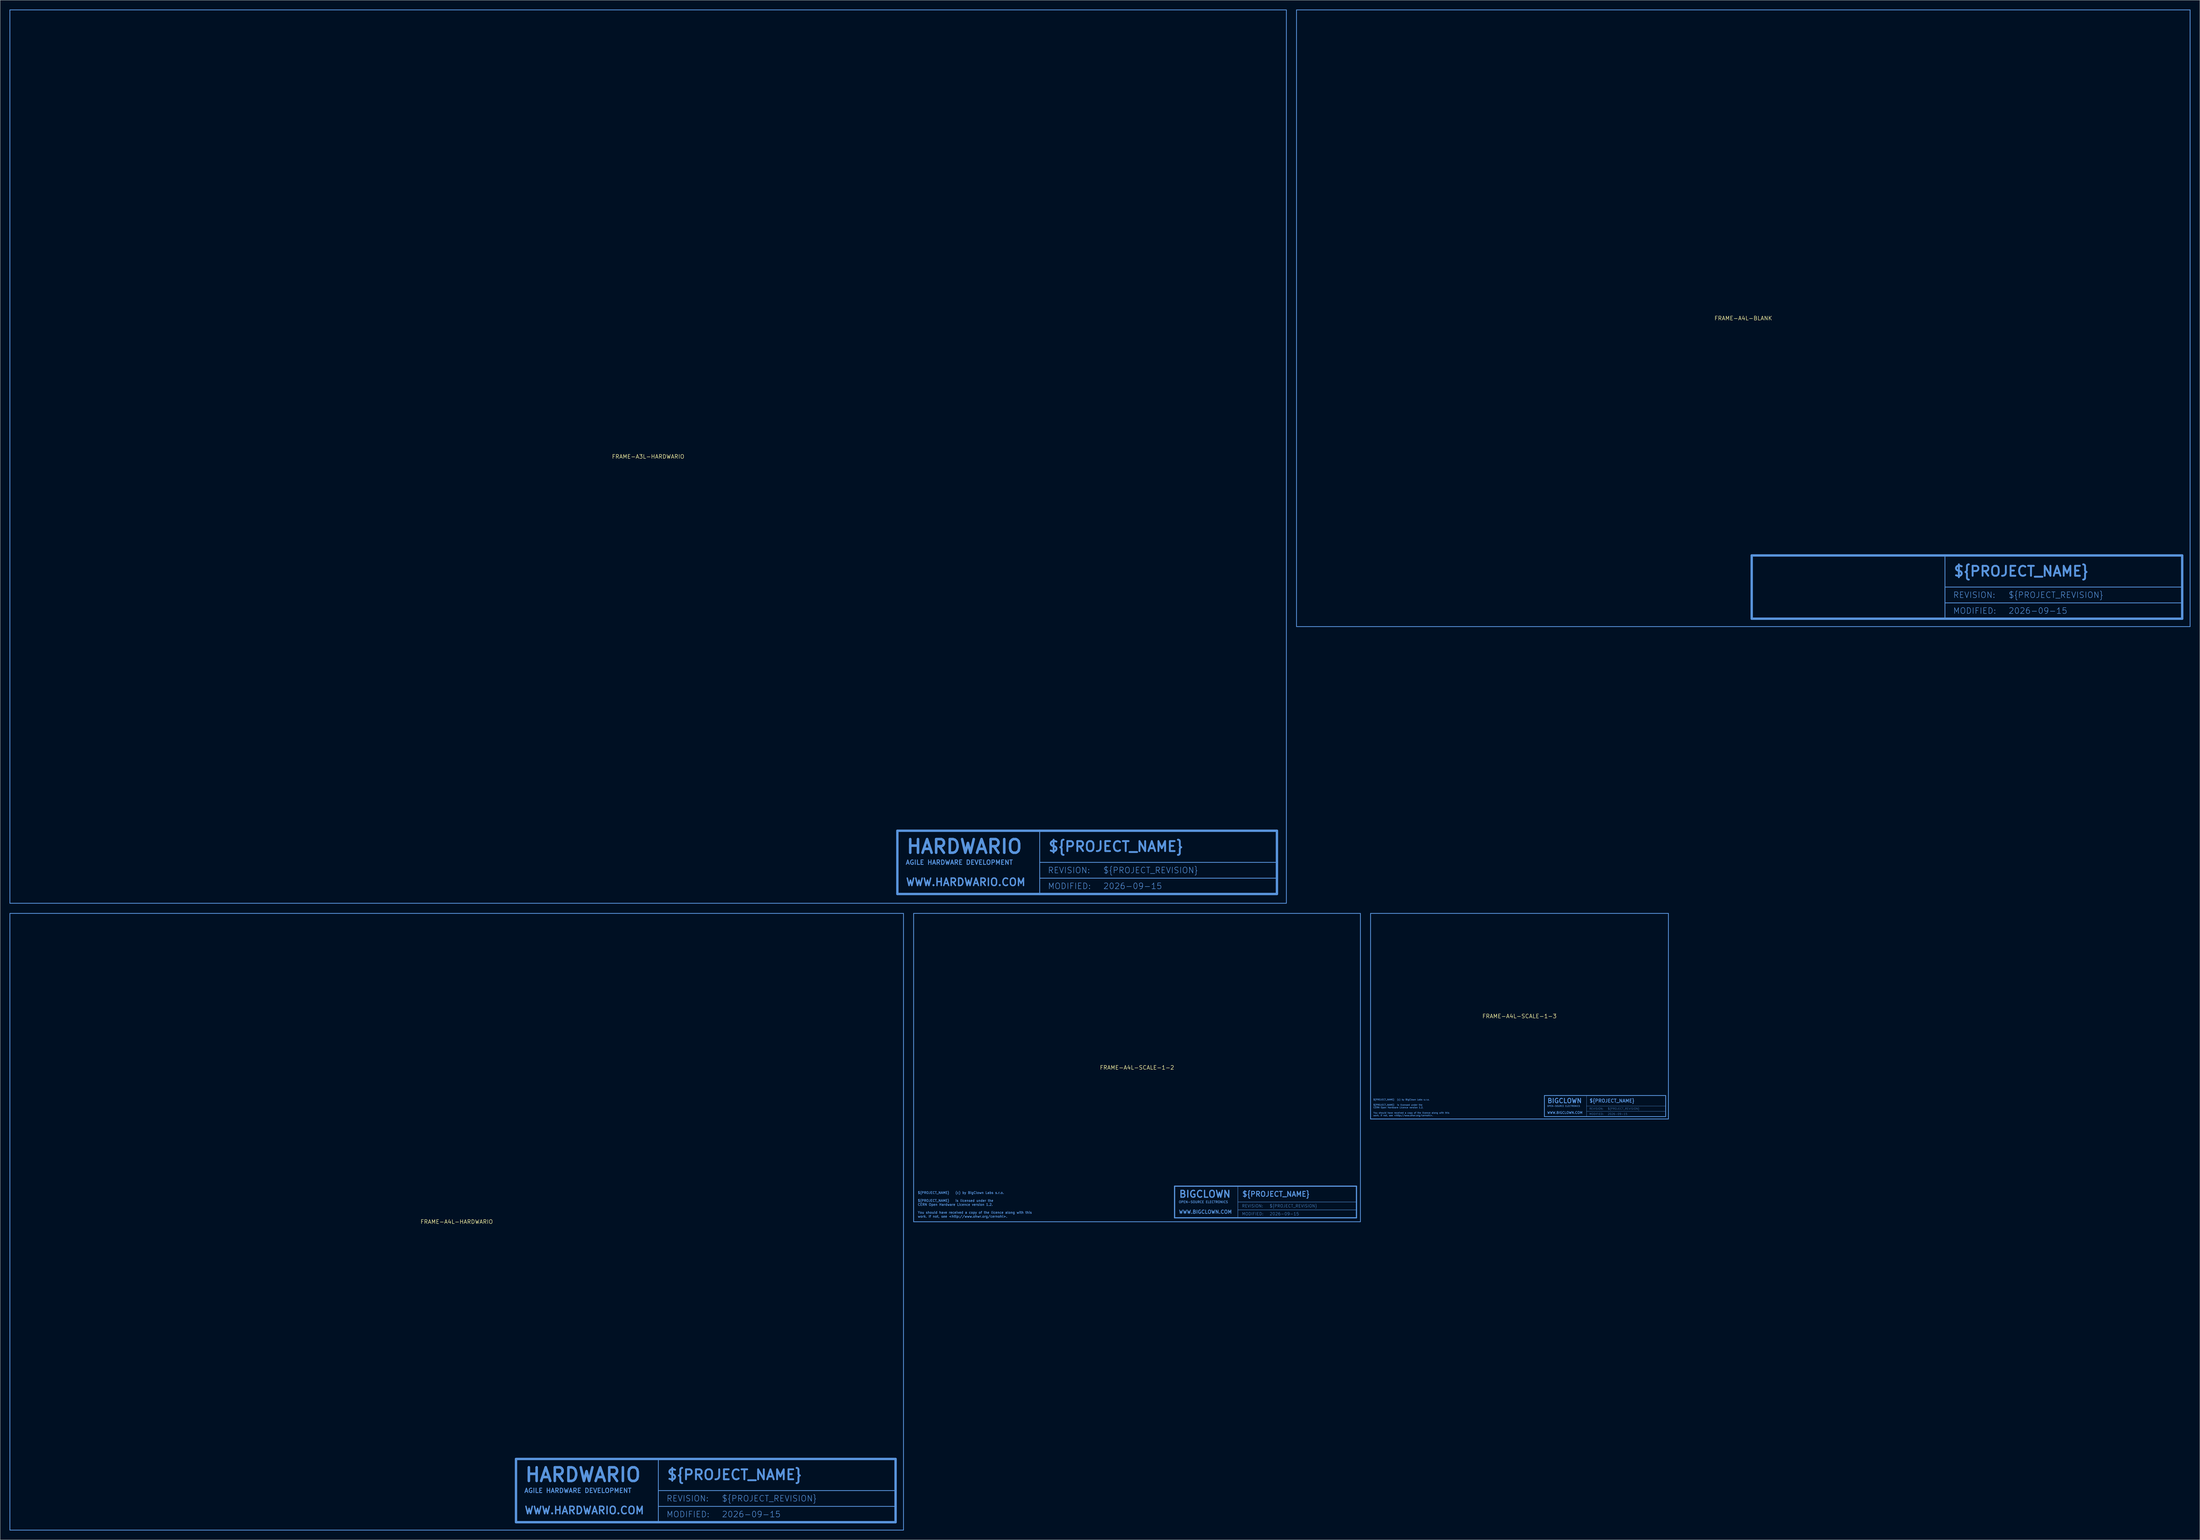
<source format=kicad_pcb>
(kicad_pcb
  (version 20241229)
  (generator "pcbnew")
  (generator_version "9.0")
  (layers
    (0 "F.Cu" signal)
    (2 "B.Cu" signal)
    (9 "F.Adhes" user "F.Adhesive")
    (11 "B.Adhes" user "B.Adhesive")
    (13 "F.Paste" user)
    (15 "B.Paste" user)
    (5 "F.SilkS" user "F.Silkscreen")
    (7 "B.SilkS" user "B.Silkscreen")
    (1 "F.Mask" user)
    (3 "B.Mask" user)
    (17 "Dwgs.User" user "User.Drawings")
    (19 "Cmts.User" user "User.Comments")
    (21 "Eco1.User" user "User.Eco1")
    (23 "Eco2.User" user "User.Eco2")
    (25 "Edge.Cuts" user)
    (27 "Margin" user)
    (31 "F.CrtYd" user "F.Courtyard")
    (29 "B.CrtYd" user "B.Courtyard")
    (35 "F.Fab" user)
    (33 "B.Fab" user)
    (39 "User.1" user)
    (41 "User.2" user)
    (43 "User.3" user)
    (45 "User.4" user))
  (footprint "FRAME-A4L-SCALE-1-2"
    (layer "F.Cu")
    (at 362.156 339.911)
    (property "Reference" "FRAME-A4L-SCALE-1-2" (at 0 0 0) (unlocked yes) (layer "F.SilkS") (effects (font (size 1.27 1.27) (thickness 0.15))))
    (fp_line (start -71.755 -49.53) (end -71.755 49.53) (stroke (width 0.254) (type solid)) (layer "Cmts.User"))
    (fp_line (start -71.755 49.53) (end 71.755 49.53) (stroke (width 0.254) (type solid)) (layer "Cmts.User"))
    (fp_line (start 12.065 38.1) (end 32.385 38.1) (stroke (width 0.381) (type solid)) (layer "Cmts.User"))
    (fp_line (start 12.065 48.26) (end 12.065 38.1) (stroke (width 0.381) (type solid)) (layer "Cmts.User"))
    (fp_line (start 12.065 48.26) (end 32.385 48.26) (stroke (width 0.381) (type solid)) (layer "Cmts.User"))
    (fp_line (start 32.385 38.1) (end 32.385 43.18) (stroke (width 0.127) (type solid)) (layer "Cmts.User"))
    (fp_line (start 32.385 38.1) (end 70.485 38.1) (stroke (width 0.381) (type solid)) (layer "Cmts.User"))
    (fp_line (start 32.385 43.18) (end 32.385 45.72) (stroke (width 0.127) (type solid)) (layer "Cmts.User"))
    (fp_line (start 32.385 43.18) (end 70.485 43.18) (stroke (width 0.127) (type solid)) (layer "Cmts.User"))
    (fp_line (start 32.385 45.72) (end 32.385 48.26) (stroke (width 0.127) (type solid)) (layer "Cmts.User"))
    (fp_line (start 32.385 45.72) (end 70.485 45.72) (stroke (width 0.127) (type solid)) (layer "Cmts.User"))
    (fp_line (start 32.385 48.26) (end 70.485 48.26) (stroke (width 0.381) (type solid)) (layer "Cmts.User"))
    (fp_line (start 70.485 43.18) (end 70.485 38.1) (stroke (width 0.381) (type solid)) (layer "Cmts.User"))
    (fp_line (start 70.485 45.72) (end 70.485 43.18) (stroke (width 0.381) (type solid)) (layer "Cmts.User"))
    (fp_line (start 70.485 48.26) (end 70.485 45.72) (stroke (width 0.381) (type solid)) (layer "Cmts.User"))
    (fp_line (start 71.755 -49.53) (end -71.755 -49.53) (stroke (width 0.254) (type solid)) (layer "Cmts.User"))
    (fp_line (start 71.755 49.53) (end 71.755 -49.53) (stroke (width 0.254) (type solid)) (layer "Cmts.User"))
    (fp_text user "(c) by BigClown Labs s.r.o." (at -58.42 40.64 0) (layer "Cmts.User") (effects (font (size 0.747 0.747) (thickness 0.142)) (justify left bottom)))
    (fp_text user "${PROJECT_NAME}" (at -70.485 43.18 0) (layer "Cmts.User") (effects (font (size 0.747 0.747) (thickness 0.142)) (justify left bottom)))
    (fp_text user "You should have received a copy of the licence along with this" (at -70.485 46.99 0) (layer "Cmts.User") (effects (font (size 0.747 0.747) (thickness 0.142)) (justify left bottom)))
    (fp_text user "REVISION:" (at 33.655 44.45 0) (layer "Cmts.User") (effects (font (size 0.935 0.935) (thickness 0.081)) (justify left)))
    (fp_text user "MODIFIED:" (at 33.655 46.99 0) (layer "Cmts.User") (effects (font (size 0.935 0.935) (thickness 0.081)) (justify left)))
    (fp_text user "${CURRENT_DATE}" (at 42.545 46.99 0) (layer "Cmts.User") (effects (font (size 0.935 0.935) (thickness 0.081)) (justify left)))
    (fp_text user "${PROJECT_REVISION}" (at 42.545 44.45 0) (layer "Cmts.User") (effects (font (size 0.935 0.935) (thickness 0.081)) (justify left)))
    (fp_text user "is licensed under the" (at -58.42 43.18 0) (layer "Cmts.User") (effects (font (size 0.747 0.747) (thickness 0.142)) (justify left bottom)))
    (fp_text user "${PROJECT_NAME}" (at -70.485 40.64 0) (layer "Cmts.User") (effects (font (size 0.747 0.747) (thickness 0.142)) (justify left bottom)))
    (fp_text user "CERN Open Hardware Licence version 1.2." (at -70.485 44.45 0) (layer "Cmts.User") (effects (font (size 0.747 0.747) (thickness 0.142)) (justify left bottom)))
    (fp_text user "${PROJECT_NAME}" (at 33.655 40.64 0) (layer "Cmts.User") (effects (font (size 1.6 1.6) (thickness 0.305)) (justify left)))
    (fp_text user "WWW.BIGCLOWN.COM" (at 13.335 46.355 0) (layer "Cmts.User") (effects (font (size 1.123 1.123) (thickness 0.214)) (justify left)))
    (fp_text user "BIGCLOWN" (at 13.335 40.64 0) (layer "Cmts.User") (effects (font (size 2.177 2.177) (thickness 0.415)) (justify left)))
    (fp_text user "OPEN-SOURCE ELECTRONICS" (at 13.335 43.18 0) (layer "Cmts.User") (effects (font (size 0.722 0.722) (thickness 0.138)) (justify left)))
    (fp_text user "work. If not, see <http://www.ohwr.org/cernohl>." (at -70.485 48.26 0) (layer "Cmts.User") (effects (font (size 0.747 0.747) (thickness 0.142)) (justify left bottom))))
  (footprint "FRAME-A3L-HARDWARIO"
    (layer "F.Cu")
    (at 205.127 143.627)
    (property "Reference" "FRAME-A3L-HARDWARIO" (at 0 0 0) (unlocked yes) (layer "F.SilkS") (effects (font (size 1.27 1.27) (thickness 0.15))))
    (fp_line (start -205 -143.5) (end -205 143.5) (stroke (width 0.254) (type solid)) (layer "Cmts.User"))
    (fp_line (start -205 143.5) (end 205 143.5) (stroke (width 0.254) (type solid)) (layer "Cmts.User"))
    (fp_line (start 80.05 120.2) (end 125.77 120.2) (stroke (width 0.762) (type solid)) (layer "Cmts.User"))
    (fp_line (start 80.05 140.52) (end 80.05 120.2) (stroke (width 0.762) (type solid)) (layer "Cmts.User"))
    (fp_line (start 80.05 140.52) (end 125.77 140.52) (stroke (width 0.762) (type solid)) (layer "Cmts.User"))
    (fp_line (start 125.77 120.2) (end 125.77 130.36) (stroke (width 0.254) (type solid)) (layer "Cmts.User"))
    (fp_line (start 125.77 120.2) (end 201.97 120.2) (stroke (width 0.762) (type solid)) (layer "Cmts.User"))
    (fp_line (start 125.77 130.36) (end 125.77 135.44) (stroke (width 0.254) (type solid)) (layer "Cmts.User"))
    (fp_line (start 125.77 130.36) (end 201.97 130.36) (stroke (width 0.254) (type solid)) (layer "Cmts.User"))
    (fp_line (start 125.77 135.44) (end 125.77 140.52) (stroke (width 0.254) (type solid)) (layer "Cmts.User"))
    (fp_line (start 125.77 135.44) (end 201.97 135.44) (stroke (width 0.254) (type solid)) (layer "Cmts.User"))
    (fp_line (start 125.77 140.52) (end 201.97 140.52) (stroke (width 0.762) (type solid)) (layer "Cmts.User"))
    (fp_line (start 201.97 130.36) (end 201.97 120.2) (stroke (width 0.762) (type solid)) (layer "Cmts.User"))
    (fp_line (start 201.97 135.44) (end 201.97 130.36) (stroke (width 0.762) (type solid)) (layer "Cmts.User"))
    (fp_line (start 201.97 140.52) (end 201.97 135.44) (stroke (width 0.762) (type solid)) (layer "Cmts.User"))
    (fp_line (start 205 -143.5) (end -205 -143.5) (stroke (width 0.254) (type solid)) (layer "Cmts.User"))
    (fp_line (start 205 143.5) (end 205 -143.5) (stroke (width 0.254) (type solid)) (layer "Cmts.User"))
    (fp_text user "WWW.HARDWARIO.COM" (at 82.59 136.71 0) (layer "Cmts.User") (effects (font (size 2.39 2.39) (thickness 0.455)) (justify left)))
    (fp_text user "${PROJECT_REVISION}" (at 146.09 132.9 0) (layer "Cmts.User") (effects (font (size 1.869 1.869) (thickness 0.163)) (justify left)))
    (fp_text user "HARDWARIO" (at 82.59 125.28 0) (layer "Cmts.User") (effects (font (size 4.374 4.374) (thickness 0.833)) (justify left)))
    (fp_text user "${PROJECT_NAME}" (at 128.31 125.28 0) (layer "Cmts.User") (effects (font (size 3.2 3.2) (thickness 0.61)) (justify left)))
    (fp_text user "${CURRENT_DATE}" (at 146.09 137.98 0) (layer "Cmts.User") (effects (font (size 1.869 1.869) (thickness 0.163)) (justify left)))
    (fp_text user "REVISION:" (at 128.31 132.9 0) (layer "Cmts.User") (effects (font (size 1.869 1.869) (thickness 0.163)) (justify left)))
    (fp_text user "MODIFIED:" (at 128.31 137.98 0) (layer "Cmts.User") (effects (font (size 1.869 1.869) (thickness 0.163)) (justify left)))
    (fp_text user "AGILE HARDWARE DEVELOPMENT" (at 82.59 130.36 0) (layer "Cmts.User") (effects (font (size 1.445 1.445) (thickness 0.275)) (justify left))))
  (footprint "FRAME-A4L-HARDWARIO"
    (layer "F.Cu")
    (at 143.637 389.441)
    (property "Reference" "FRAME-A4L-HARDWARIO" (at 0 0 0) (unlocked yes) (layer "F.SilkS") (effects (font (size 1.27 1.27) (thickness 0.15))))
    (fp_line (start -143.51 -99.06) (end -143.51 99.06) (stroke (width 0.254) (type solid)) (layer "Cmts.User"))
    (fp_line (start -143.51 99.06) (end 143.51 99.06) (stroke (width 0.254) (type solid)) (layer "Cmts.User"))
    (fp_line (start 19.05 76.2) (end 64.77 76.2) (stroke (width 0.762) (type solid)) (layer "Cmts.User"))
    (fp_line (start 19.05 96.52) (end 19.05 76.2) (stroke (width 0.762) (type solid)) (layer "Cmts.User"))
    (fp_line (start 19.05 96.52) (end 64.77 96.52) (stroke (width 0.762) (type solid)) (layer "Cmts.User"))
    (fp_line (start 64.77 76.2) (end 64.77 86.36) (stroke (width 0.254) (type solid)) (layer "Cmts.User"))
    (fp_line (start 64.77 76.2) (end 140.97 76.2) (stroke (width 0.762) (type solid)) (layer "Cmts.User"))
    (fp_line (start 64.77 86.36) (end 64.77 91.44) (stroke (width 0.254) (type solid)) (layer "Cmts.User"))
    (fp_line (start 64.77 86.36) (end 140.97 86.36) (stroke (width 0.254) (type solid)) (layer "Cmts.User"))
    (fp_line (start 64.77 91.44) (end 64.77 96.52) (stroke (width 0.254) (type solid)) (layer "Cmts.User"))
    (fp_line (start 64.77 91.44) (end 140.97 91.44) (stroke (width 0.254) (type solid)) (layer "Cmts.User"))
    (fp_line (start 64.77 96.52) (end 140.97 96.52) (stroke (width 0.762) (type solid)) (layer "Cmts.User"))
    (fp_line (start 140.97 86.36) (end 140.97 76.2) (stroke (width 0.762) (type solid)) (layer "Cmts.User"))
    (fp_line (start 140.97 91.44) (end 140.97 86.36) (stroke (width 0.762) (type solid)) (layer "Cmts.User"))
    (fp_line (start 140.97 96.52) (end 140.97 91.44) (stroke (width 0.762) (type solid)) (layer "Cmts.User"))
    (fp_line (start 143.51 -99.06) (end -143.51 -99.06) (stroke (width 0.254) (type solid)) (layer "Cmts.User"))
    (fp_line (start 143.51 99.06) (end 143.51 -99.06) (stroke (width 0.254) (type solid)) (layer "Cmts.User"))
    (fp_text user "${PROJECT_REVISION}" (at 85.09 88.9 0) (layer "Cmts.User") (effects (font (size 1.869 1.869) (thickness 0.163)) (justify left)))
    (fp_text user "HARDWARIO" (at 21.59 81.28 0) (layer "Cmts.User") (effects (font (size 4.374 4.374) (thickness 0.833)) (justify left)))
    (fp_text user "AGILE HARDWARE DEVELOPMENT" (at 21.59 86.36 0) (layer "Cmts.User") (effects (font (size 1.445 1.445) (thickness 0.275)) (justify left)))
    (fp_text user "MODIFIED:" (at 67.31 93.98 0) (layer "Cmts.User") (effects (font (size 1.869 1.869) (thickness 0.163)) (justify left)))
    (fp_text user "WWW.HARDWARIO.COM" (at 21.59 92.71 0) (layer "Cmts.User") (effects (font (size 2.39 2.39) (thickness 0.455)) (justify left)))
    (fp_text user "${CURRENT_DATE}" (at 85.09 93.98 0) (layer "Cmts.User") (effects (font (size 1.869 1.869) (thickness 0.163)) (justify left)))
    (fp_text user "REVISION:" (at 67.31 88.9 0) (layer "Cmts.User") (effects (font (size 1.869 1.869) (thickness 0.163)) (justify left)))
    (fp_text user "${PROJECT_NAME}" (at 67.31 81.28 0) (layer "Cmts.User") (effects (font (size 3.2 3.2) (thickness 0.61)) (justify left))))
  (footprint "FRAME-A4L-BLANK"
    (layer "F.Cu")
    (at 556.891 99.187)
    (property "Reference" "FRAME-A4L-BLANK" (at 0 0 0) (unlocked yes) (layer "F.SilkS") (effects (font (size 1.27 1.27) (thickness 0.15))))
    (fp_line (start -143.51 -99.06) (end -143.51 99.06) (stroke (width 0.254) (type solid)) (layer "Cmts.User"))
    (fp_line (start -143.51 99.06) (end 143.51 99.06) (stroke (width 0.254) (type solid)) (layer "Cmts.User"))
    (fp_line (start 2.7 76.2) (end 64.77 76.2) (stroke (width 0.762) (type solid)) (layer "Cmts.User"))
    (fp_line (start 2.7 96.52) (end 2.7 76.2) (stroke (width 0.762) (type solid)) (layer "Cmts.User"))
    (fp_line (start 2.7 96.52) (end 64.77 96.52) (stroke (width 0.762) (type solid)) (layer "Cmts.User"))
    (fp_line (start 64.77 76.2) (end 64.77 86.36) (stroke (width 0.254) (type solid)) (layer "Cmts.User"))
    (fp_line (start 64.77 76.2) (end 140.97 76.2) (stroke (width 0.762) (type solid)) (layer "Cmts.User"))
    (fp_line (start 64.77 86.36) (end 64.77 91.44) (stroke (width 0.254) (type solid)) (layer "Cmts.User"))
    (fp_line (start 64.77 86.36) (end 140.97 86.36) (stroke (width 0.254) (type solid)) (layer "Cmts.User"))
    (fp_line (start 64.77 91.44) (end 64.77 96.52) (stroke (width 0.254) (type solid)) (layer "Cmts.User"))
    (fp_line (start 64.77 91.44) (end 140.97 91.44) (stroke (width 0.254) (type solid)) (layer "Cmts.User"))
    (fp_line (start 64.77 96.52) (end 140.97 96.52) (stroke (width 0.762) (type solid)) (layer "Cmts.User"))
    (fp_line (start 140.97 86.36) (end 140.97 76.2) (stroke (width 0.762) (type solid)) (layer "Cmts.User"))
    (fp_line (start 140.97 91.44) (end 140.97 86.36) (stroke (width 0.762) (type solid)) (layer "Cmts.User"))
    (fp_line (start 140.97 96.52) (end 140.97 91.44) (stroke (width 0.762) (type solid)) (layer "Cmts.User"))
    (fp_line (start 143.51 -99.06) (end -143.51 -99.06) (stroke (width 0.254) (type solid)) (layer "Cmts.User"))
    (fp_line (start 143.51 99.06) (end 143.51 -99.06) (stroke (width 0.254) (type solid)) (layer "Cmts.User"))
    (fp_text user "MODIFIED:" (at 67.31 93.98 0) (layer "Cmts.User") (effects (font (size 1.869 1.869) (thickness 0.163)) (justify left)))
    (fp_text user "${CURRENT_DATE}" (at 85.09 93.98 0) (layer "Cmts.User") (effects (font (size 1.869 1.869) (thickness 0.163)) (justify left)))
    (fp_text user "REVISION:" (at 67.31 88.9 0) (layer "Cmts.User") (effects (font (size 1.869 1.869) (thickness 0.163)) (justify left)))
    (fp_text user "${PROJECT_NAME}" (at 67.31 81.28 0) (layer "Cmts.User") (effects (font (size 3.2 3.2) (thickness 0.61)) (justify left)))
    (fp_text user "${PROJECT_REVISION}" (at 85.09 88.9 0) (layer "Cmts.User") (effects (font (size 1.869 1.869) (thickness 0.163)) (justify left))))
  (footprint "FRAME-A4L-SCALE-1-3"
    (layer "F.Cu")
    (at 485.002 323.401)
    (property "Reference" "FRAME-A4L-SCALE-1-3" (at 0 0 0) (unlocked yes) (layer "F.SilkS") (effects (font (size 1.27 1.27) (thickness 0.15))))
    (fp_line (start -47.837 -33.02) (end -47.837 33.02) (stroke (width 0.254) (type solid)) (layer "Cmts.User"))
    (fp_line (start -47.837 33.02) (end 47.837 33.02) (stroke (width 0.254) (type solid)) (layer "Cmts.User"))
    (fp_line (start 8.001 25.485) (end 21.548 25.485) (stroke (width 0.254) (type solid)) (layer "Cmts.User"))
    (fp_line (start 8.001 32.258) (end 8.001 25.485) (stroke (width 0.254) (type solid)) (layer "Cmts.User"))
    (fp_line (start 8.001 32.258) (end 21.548 32.258) (stroke (width 0.254) (type solid)) (layer "Cmts.User"))
    (fp_line (start 21.548 25.485) (end 21.548 28.871) (stroke (width 0.085) (type solid)) (layer "Cmts.User"))
    (fp_line (start 21.548 25.485) (end 46.948 25.485) (stroke (width 0.254) (type solid)) (layer "Cmts.User"))
    (fp_line (start 21.548 28.871) (end 21.548 30.565) (stroke (width 0.085) (type solid)) (layer "Cmts.User"))
    (fp_line (start 21.548 28.871) (end 46.948 28.871) (stroke (width 0.085) (type solid)) (layer "Cmts.User"))
    (fp_line (start 21.548 30.565) (end 21.548 32.258) (stroke (width 0.085) (type solid)) (layer "Cmts.User"))
    (fp_line (start 21.548 30.565) (end 46.948 30.565) (stroke (width 0.085) (type solid)) (layer "Cmts.User"))
    (fp_line (start 21.548 32.258) (end 46.948 32.258) (stroke (width 0.254) (type solid)) (layer "Cmts.User"))
    (fp_line (start 46.948 28.871) (end 46.948 25.485) (stroke (width 0.254) (type solid)) (layer "Cmts.User"))
    (fp_line (start 46.948 30.565) (end 46.948 28.871) (stroke (width 0.254) (type solid)) (layer "Cmts.User"))
    (fp_line (start 46.948 32.258) (end 46.948 30.565) (stroke (width 0.254) (type solid)) (layer "Cmts.User"))
    (fp_line (start 47.837 -33.02) (end -47.837 -33.02) (stroke (width 0.254) (type solid)) (layer "Cmts.User"))
    (fp_line (start 47.837 33.02) (end 47.837 -33.02) (stroke (width 0.254) (type solid)) (layer "Cmts.User"))
    (fp_text user "(c) by BigClown Labs s.r.o." (at -39.37 27.093 0) (layer "Cmts.User") (effects (font (size 0.498 0.498) (thickness 0.095)) (justify left bottom)))
    (fp_text user "WWW.BIGCLOWN.COM" (at 8.848 30.988 0) (layer "Cmts.User") (effects (font (size 0.748 0.748) (thickness 0.143)) (justify left)))
    (fp_text user "BIGCLOWN" (at 8.848 27.178 0) (layer "Cmts.User") (effects (font (size 1.452 1.452) (thickness 0.276)) (justify left)))
    (fp_text user "${PROJECT_NAME}" (at -46.99 28.787 0) (layer "Cmts.User") (effects (font (size 0.498 0.498) (thickness 0.095)) (justify left bottom)))
    (fp_text user "MODIFIED:" (at 22.394 31.411 0) (layer "Cmts.User") (effects (font (size 0.623 0.623) (thickness 0.054)) (justify left)))
    (fp_text user "is licensed under the" (at -39.37 28.787 0) (layer "Cmts.User") (effects (font (size 0.498 0.498) (thickness 0.095)) (justify left bottom)))
    (fp_text user "${PROJECT_NAME}" (at -46.99 27.093 0) (layer "Cmts.User") (effects (font (size 0.498 0.498) (thickness 0.095)) (justify left bottom)))
    (fp_text user "${CURRENT_DATE}" (at 28.321 31.411 0) (layer "Cmts.User") (effects (font (size 0.623 0.623) (thickness 0.054)) (justify left)))
    (fp_text user "CERN Open Hardware Licence version 1.2." (at -46.99 29.633 0) (layer "Cmts.User") (effects (font (size 0.498 0.498) (thickness 0.095)) (justify left bottom)))
    (fp_text user "You should have received a copy of the licence along with this" (at -46.99 31.327 0) (layer "Cmts.User") (effects (font (size 0.498 0.498) (thickness 0.095)) (justify left bottom)))
    (fp_text user "${PROJECT_REVISION}" (at 28.321 29.718 0) (layer "Cmts.User") (effects (font (size 0.623 0.623) (thickness 0.054)) (justify left)))
    (fp_text user "${PROJECT_NAME}" (at 22.394 27.178 0) (layer "Cmts.User") (effects (font (size 1.067 1.067) (thickness 0.203)) (justify left)))
    (fp_text user "work. If not, see <http://www.ohwr.org/cernohl>." (at -46.99 32.173 0) (layer "Cmts.User") (effects (font (size 0.498 0.498) (thickness 0.095)) (justify left bottom)))
    (fp_text user "REVISION:" (at 22.394 29.718 0) (layer "Cmts.User") (effects (font (size 0.623 0.623) (thickness 0.054)) (justify left)))
    (fp_text user "OPEN-SOURCE ELECTRONICS" (at 8.848 28.871 0) (layer "Cmts.User") (effects (font (size 0.482 0.482) (thickness 0.092)) (justify left))))
  (gr_rect
    (start -3 -3)
    (end 703.528 491.628)
    (stroke (width 0.1) (type default))
    (fill no)
    (layer "Edge.Cuts")))
</source>
